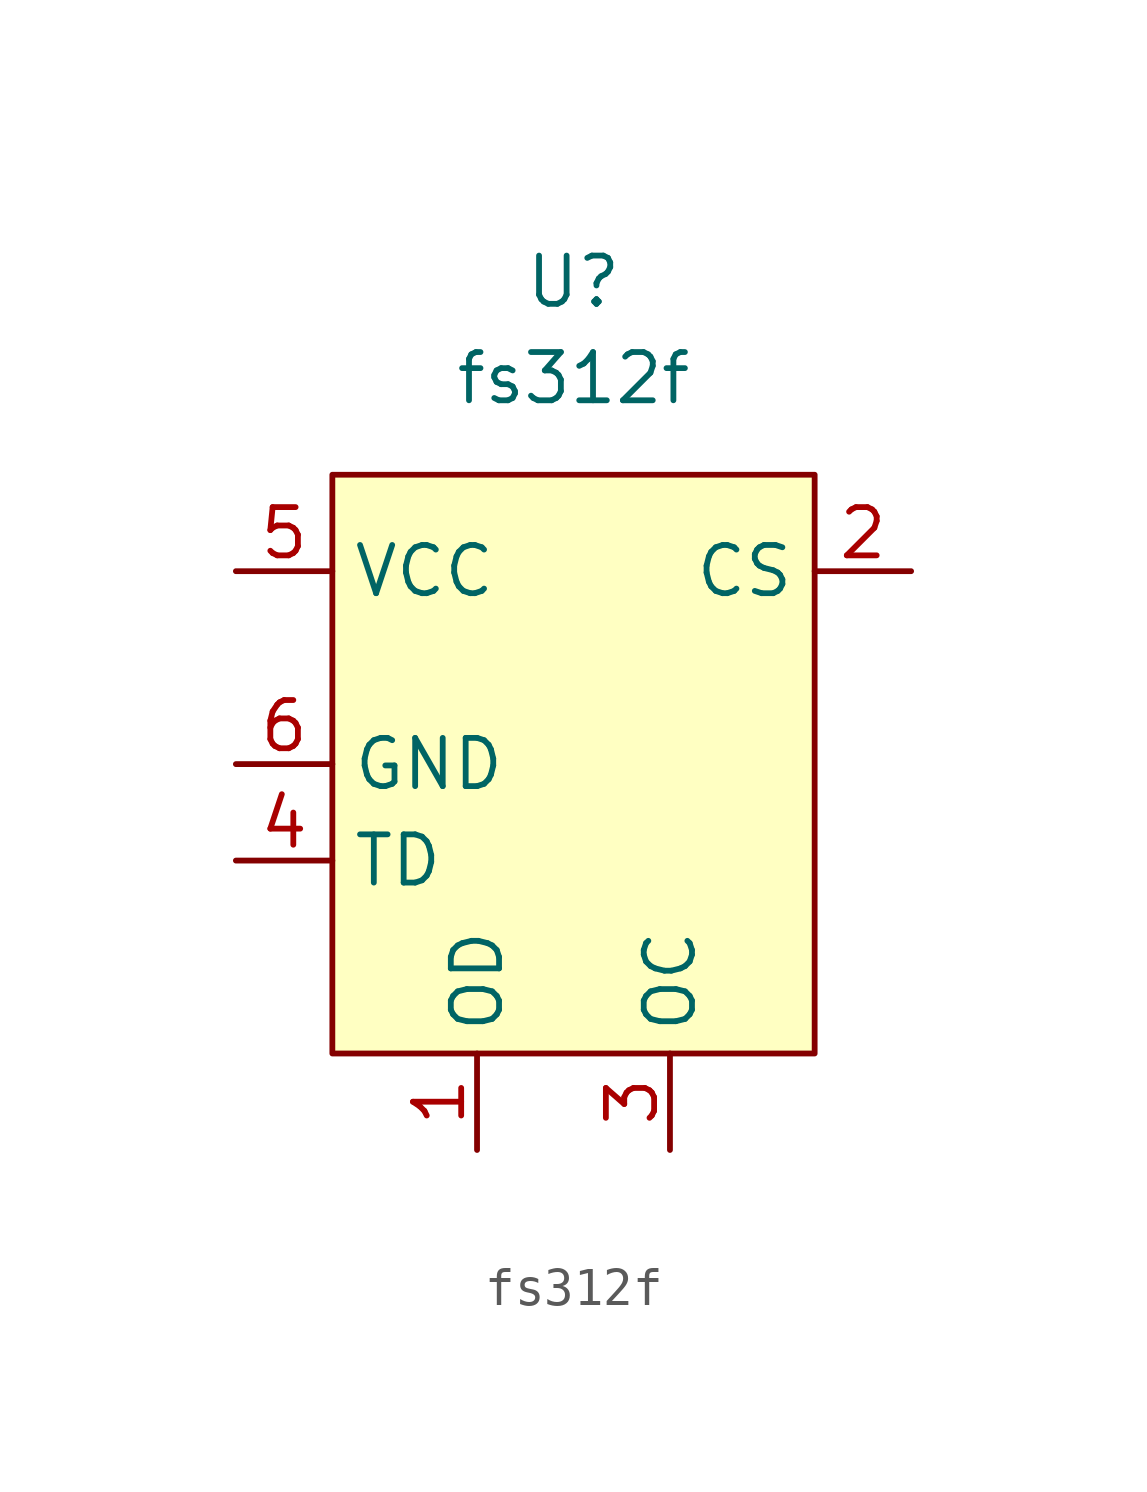
<source format=kicad_sym>
(kicad_symbol_lib
  (version 20211014)
  (generator kicad_symbol_editor)
  (symbol "fs312f"
    (property "Reference" "U"
      (at 0 12.7 0)
      (effects (font (size 1.27 1.27))))
    (property "Value" "fs312f"
      (at 0 10.16 0)
      (effects (font (size 1.27 1.27))))
    (symbol "fs312f_0_1"
      (rectangle (start -6.35 7.62) (end 6.35 -7.62) (stroke (width 0) (type default) (color 0 0 0 0)) (fill (type background))))
    (symbol "fs312f_1_1"
      (pin output line (at -2.54 -10.16 90) (length 2.54) (name "OD" (effects (font (size 1.27 1.27)))) (number "1" (effects (font (size 1.27 1.27)))))
      (pin input line (at 8.89 5.08 180) (length 2.54) (name "CS" (effects (font (size 1.27 1.27)))) (number "2" (effects (font (size 1.27 1.27)))))
      (pin output line (at 2.54 -10.16 90) (length 2.54) (name "OC" (effects (font (size 1.27 1.27)))) (number "3" (effects (font (size 1.27 1.27)))))
      (pin input line (at -8.89 -2.54 0) (length 2.54) (name "TD" (effects (font (size 1.27 1.27)))) (number "4" (effects (font (size 1.27 1.27)))))
      (pin power_in line (at -8.89 5.08 0) (length 2.54) (name "VCC" (effects (font (size 1.27 1.27)))) (number "5" (effects (font (size 1.27 1.27)))))
      (pin power_in line (at -8.89 0 0) (length 2.54) (name "GND" (effects (font (size 1.27 1.27)))) (number "6" (effects (font (size 1.27 1.27))))))))
</source>
